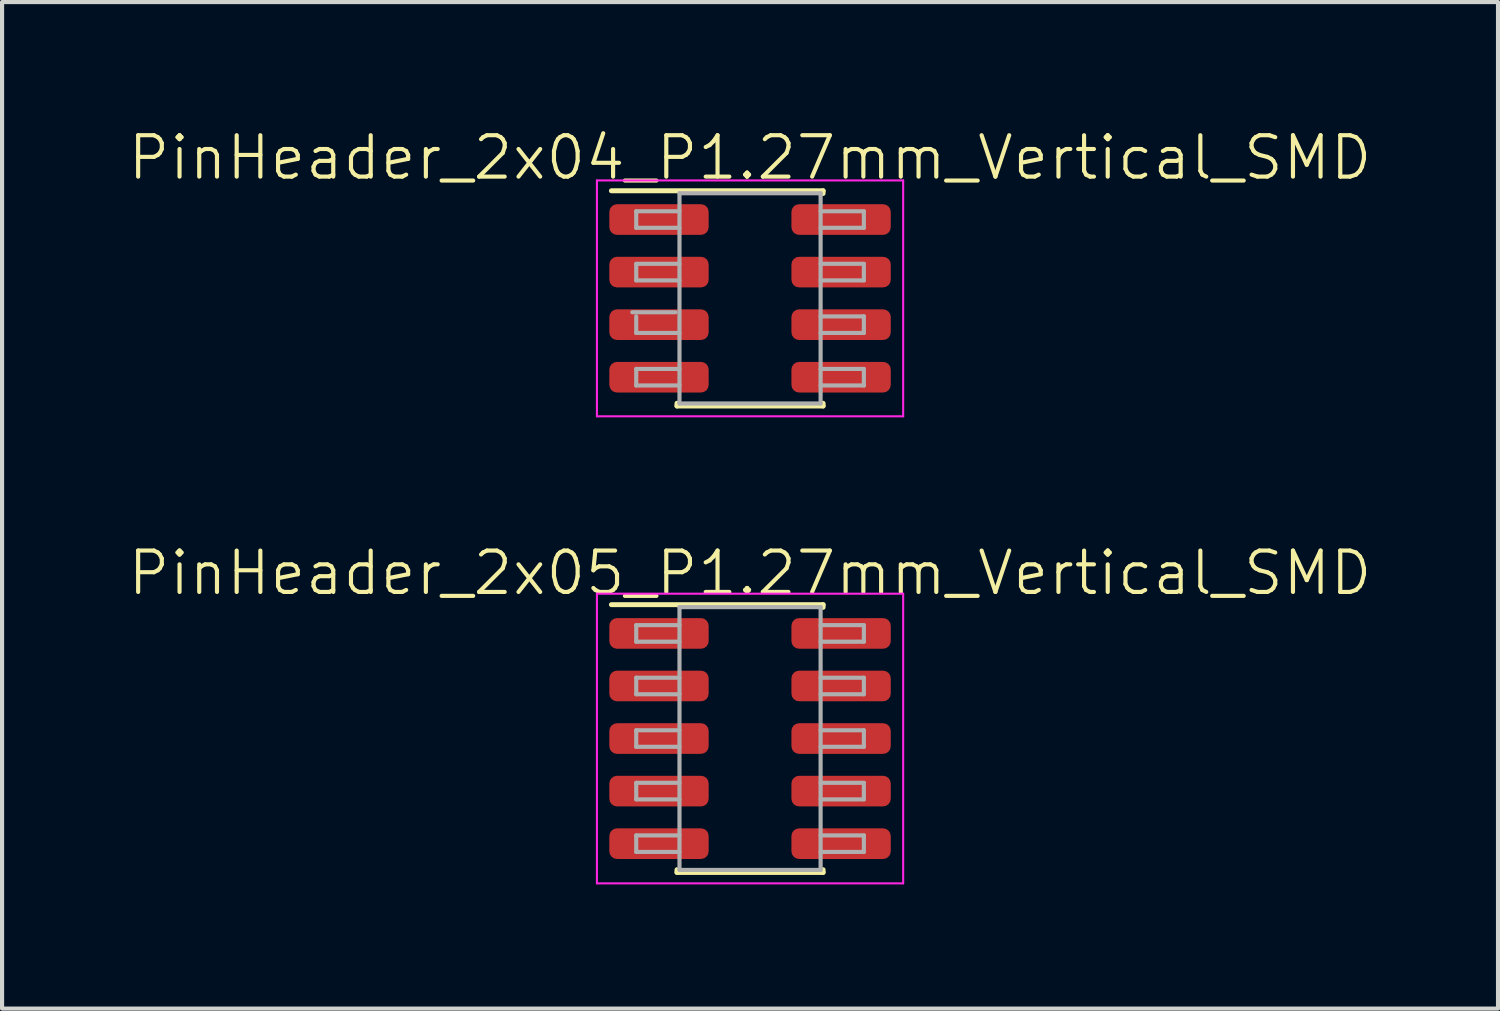
<source format=kicad_pcb>
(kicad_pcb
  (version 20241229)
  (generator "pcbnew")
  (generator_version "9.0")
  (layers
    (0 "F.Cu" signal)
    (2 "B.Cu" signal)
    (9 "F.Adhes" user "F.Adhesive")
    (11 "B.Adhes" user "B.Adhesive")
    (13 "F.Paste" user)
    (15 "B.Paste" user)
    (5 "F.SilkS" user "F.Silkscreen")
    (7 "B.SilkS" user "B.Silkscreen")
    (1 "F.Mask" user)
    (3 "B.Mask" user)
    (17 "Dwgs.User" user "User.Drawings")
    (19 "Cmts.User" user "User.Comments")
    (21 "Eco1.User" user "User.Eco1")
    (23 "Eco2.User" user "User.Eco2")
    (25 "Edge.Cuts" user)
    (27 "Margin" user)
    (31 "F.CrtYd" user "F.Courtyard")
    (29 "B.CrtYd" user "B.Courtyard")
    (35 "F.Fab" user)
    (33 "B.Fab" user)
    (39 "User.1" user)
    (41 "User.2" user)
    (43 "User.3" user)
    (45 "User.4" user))
  (footprint "PinHeader_2x05_P1.27mm_Vertical_SMD"
    (layer "F.Cu")
    (at 15.074 14.796)
    (property "Reference" "PinHeader_2x05_P1.27mm_Vertical_SMD" (at 0 -4 0) (layer "F.SilkS") (effects (font (size 1 1) (thickness 0.1))))
    (attr smd)
    (fp_line (start -3.35 -3.235) (end 1.765 -3.235) (stroke (width 0.12) (type solid)) (layer "F.SilkS"))
    (fp_line (start -1.765 3.17) (end -1.765 3.235) (stroke (width 0.12) (type solid)) (layer "F.SilkS"))
    (fp_line (start -1.765 3.235) (end 1.765 3.235) (stroke (width 0.12) (type solid)) (layer "F.SilkS"))
    (fp_line (start 1.765 -3.235) (end 1.765 -3.17) (stroke (width 0.12) (type solid)) (layer "F.SilkS"))
    (fp_line (start 1.765 3.17) (end 1.765 3.235) (stroke (width 0.12) (type solid)) (layer "F.SilkS"))
    (fp_line (start -3.7 -3.5) (end -3.7 3.5) (stroke (width 0.05) (type solid)) (layer "F.CrtYd"))
    (fp_line (start -3.7 3.5) (end 3.7 3.5) (stroke (width 0.05) (type solid)) (layer "F.CrtYd"))
    (fp_line (start 3.7 -3.5) (end -3.7 -3.5) (stroke (width 0.05) (type solid)) (layer "F.CrtYd"))
    (fp_line (start 3.7 3.5) (end 3.7 -3.5) (stroke (width 0.05) (type solid)) (layer "F.CrtYd"))
    (fp_line (start -2.75 -2.74) (end -2.75 -2.34) (stroke (width 0.1) (type solid)) (layer "F.Fab"))
    (fp_line (start -2.75 -2.34) (end -1.705 -2.34) (stroke (width 0.1) (type solid)) (layer "F.Fab"))
    (fp_line (start -2.75 -1.47) (end -2.75 -1.07) (stroke (width 0.1) (type solid)) (layer "F.Fab"))
    (fp_line (start -2.75 -1.07) (end -1.705 -1.07) (stroke (width 0.1) (type solid)) (layer "F.Fab"))
    (fp_line (start -2.75 -0.2) (end -2.75 0.2) (stroke (width 0.1) (type solid)) (layer "F.Fab"))
    (fp_line (start -2.75 0.2) (end -1.705 0.2) (stroke (width 0.1) (type solid)) (layer "F.Fab"))
    (fp_line (start -2.75 1.07) (end -2.75 1.47) (stroke (width 0.1) (type solid)) (layer "F.Fab"))
    (fp_line (start -2.75 1.47) (end -1.705 1.47) (stroke (width 0.1) (type solid)) (layer "F.Fab"))
    (fp_line (start -2.75 2.34) (end -2.75 2.74) (stroke (width 0.1) (type solid)) (layer "F.Fab"))
    (fp_line (start -2.75 2.74) (end -1.705 2.74) (stroke (width 0.1) (type solid)) (layer "F.Fab"))
    (fp_line (start -1.705 -3.175) (end 1.705 -3.175) (stroke (width 0.1) (type solid)) (layer "F.Fab"))
    (fp_line (start -1.705 -2.74) (end -2.75 -2.74) (stroke (width 0.1) (type solid)) (layer "F.Fab"))
    (fp_line (start -1.705 -1.47) (end -2.75 -1.47) (stroke (width 0.1) (type solid)) (layer "F.Fab"))
    (fp_line (start -1.705 -0.2) (end -2.75 -0.2) (stroke (width 0.1) (type solid)) (layer "F.Fab"))
    (fp_line (start -1.705 1.07) (end -2.75 1.07) (stroke (width 0.1) (type solid)) (layer "F.Fab"))
    (fp_line (start -1.705 2.34) (end -2.75 2.34) (stroke (width 0.1) (type solid)) (layer "F.Fab"))
    (fp_line (start -1.705 3.175) (end -1.705 -3.175) (stroke (width 0.1) (type solid)) (layer "F.Fab"))
    (fp_line (start 1.705 -3.175) (end 1.705 3.175) (stroke (width 0.1) (type solid)) (layer "F.Fab"))
    (fp_line (start 1.705 -2.74) (end 2.75 -2.74) (stroke (width 0.1) (type solid)) (layer "F.Fab"))
    (fp_line (start 1.705 -1.47) (end 2.75 -1.47) (stroke (width 0.1) (type solid)) (layer "F.Fab"))
    (fp_line (start 1.705 -0.2) (end 2.75 -0.2) (stroke (width 0.1) (type solid)) (layer "F.Fab"))
    (fp_line (start 1.705 1.07) (end 2.75 1.07) (stroke (width 0.1) (type solid)) (layer "F.Fab"))
    (fp_line (start 1.705 2.34) (end 2.75 2.34) (stroke (width 0.1) (type solid)) (layer "F.Fab"))
    (fp_line (start 1.705 3.175) (end -1.705 3.175) (stroke (width 0.1) (type solid)) (layer "F.Fab"))
    (fp_line (start 2.75 -2.74) (end 2.75 -2.34) (stroke (width 0.1) (type solid)) (layer "F.Fab"))
    (fp_line (start 2.75 -2.34) (end 1.705 -2.34) (stroke (width 0.1) (type solid)) (layer "F.Fab"))
    (fp_line (start 2.75 -1.47) (end 2.75 -1.07) (stroke (width 0.1) (type solid)) (layer "F.Fab"))
    (fp_line (start 2.75 -1.07) (end 1.705 -1.07) (stroke (width 0.1) (type solid)) (layer "F.Fab"))
    (fp_line (start 2.75 -0.2) (end 2.75 0.2) (stroke (width 0.1) (type solid)) (layer "F.Fab"))
    (fp_line (start 2.75 0.2) (end 1.705 0.2) (stroke (width 0.1) (type solid)) (layer "F.Fab"))
    (fp_line (start 2.75 1.07) (end 2.75 1.47) (stroke (width 0.1) (type solid)) (layer "F.Fab"))
    (fp_line (start 2.75 1.47) (end 1.705 1.47) (stroke (width 0.1) (type solid)) (layer "F.Fab"))
    (fp_line (start 2.75 2.34) (end 2.75 2.74) (stroke (width 0.1) (type solid)) (layer "F.Fab"))
    (fp_line (start 2.75 2.74) (end 1.705 2.74) (stroke (width 0.1) (type solid)) (layer "F.Fab"))
    (pad "1" smd roundrect (at -2.2 -2.54) (size 2.4 0.74) (layers "F.Cu" "F.Mask" "F.Paste") (roundrect_rratio 0.25))
    (pad "2" smd roundrect (at 2.2 -2.54) (size 2.4 0.74) (layers "F.Cu" "F.Mask" "F.Paste") (roundrect_rratio 0.25))
    (pad "3" smd roundrect (at -2.2 -1.27) (size 2.4 0.74) (layers "F.Cu" "F.Mask" "F.Paste") (roundrect_rratio 0.25))
    (pad "4" smd roundrect (at 2.2 -1.27) (size 2.4 0.74) (layers "F.Cu" "F.Mask" "F.Paste") (roundrect_rratio 0.25))
    (pad "5" smd roundrect (at -2.2 0) (size 2.4 0.74) (layers "F.Cu" "F.Mask" "F.Paste") (roundrect_rratio 0.25))
    (pad "6" smd roundrect (at 2.2 0) (size 2.4 0.74) (layers "F.Cu" "F.Mask" "F.Paste") (roundrect_rratio 0.25))
    (pad "7" smd roundrect (at -2.2 1.27) (size 2.4 0.74) (layers "F.Cu" "F.Mask" "F.Paste") (roundrect_rratio 0.25))
    (pad "8" smd roundrect (at 2.2 1.27) (size 2.4 0.74) (layers "F.Cu" "F.Mask" "F.Paste") (roundrect_rratio 0.25))
    (pad "9" smd roundrect (at -2.2 2.54) (size 2.4 0.74) (layers "F.Cu" "F.Mask" "F.Paste") (roundrect_rratio 0.25))
    (pad "10" smd roundrect (at 2.2 2.54) (size 2.4 0.74) (layers "F.Cu" "F.Mask" "F.Paste") (roundrect_rratio 0.25)))
  (footprint "PinHeader_2x04_P1.27mm_Vertical_SMD"
    (layer "F.Cu")
    (at 15.074 4.16)
    (property "Reference" "PinHeader_2x04_P1.27mm_Vertical_SMD" (at 0 -3.4 0) (layer "F.SilkS") (effects (font (size 1 1) (thickness 0.1))))
    (attr smd)
    (fp_line (start -3.35 -2.6) (end 1.765 -2.6) (stroke (width 0.12) (type solid)) (layer "F.SilkS"))
    (fp_line (start -1.765 2.535) (end -1.765 2.6) (stroke (width 0.12) (type solid)) (layer "F.SilkS"))
    (fp_line (start -1.765 2.6) (end 1.765 2.6) (stroke (width 0.12) (type solid)) (layer "F.SilkS"))
    (fp_line (start 1.765 -2.6) (end 1.765 -2.535) (stroke (width 0.12) (type solid)) (layer "F.SilkS"))
    (fp_line (start 1.765 2.535) (end 1.765 2.6) (stroke (width 0.12) (type solid)) (layer "F.SilkS"))
    (fp_line (start -3.7 -2.85) (end -3.7 2.85) (stroke (width 0.05) (type solid)) (layer "F.CrtYd"))
    (fp_line (start -3.7 2.85) (end 3.7 2.85) (stroke (width 0.05) (type solid)) (layer "F.CrtYd"))
    (fp_line (start 3.7 -2.85) (end -3.7 -2.85) (stroke (width 0.05) (type solid)) (layer "F.CrtYd"))
    (fp_line (start 3.7 2.85) (end 3.7 -2.85) (stroke (width 0.05) (type solid)) (layer "F.CrtYd"))
    (fp_line (start -2.75 -2.105) (end -2.75 -1.705) (stroke (width 0.1) (type solid)) (layer "F.Fab"))
    (fp_line (start -2.75 -1.705) (end -1.705 -1.705) (stroke (width 0.1) (type solid)) (layer "F.Fab"))
    (fp_line (start -2.75 -0.835) (end -2.75 -0.435) (stroke (width 0.1) (type solid)) (layer "F.Fab"))
    (fp_line (start -2.75 -0.435) (end -1.705 -0.435) (stroke (width 0.1) (type solid)) (layer "F.Fab"))
    (fp_line (start -2.75 0.435) (end -2.75 0.835) (stroke (width 0.1) (type solid)) (layer "F.Fab"))
    (fp_line (start -2.75 0.835) (end -1.705 0.835) (stroke (width 0.1) (type solid)) (layer "F.Fab"))
    (fp_line (start -2.75 1.705) (end -2.75 2.105) (stroke (width 0.1) (type solid)) (layer "F.Fab"))
    (fp_line (start -2.75 2.105) (end -1.705 2.105) (stroke (width 0.1) (type solid)) (layer "F.Fab"))
    (fp_line (start -1.8 0.335) (end -2.845 0.335) (stroke (width 0.1) (type solid)) (layer "F.Fab"))
    (fp_line (start -1.705 -2.54) (end 1.705 -2.54) (stroke (width 0.1) (type solid)) (layer "F.Fab"))
    (fp_line (start -1.705 -2.105) (end -2.75 -2.105) (stroke (width 0.1) (type solid)) (layer "F.Fab"))
    (fp_line (start -1.705 -0.835) (end -2.75 -0.835) (stroke (width 0.1) (type solid)) (layer "F.Fab"))
    (fp_line (start -1.705 1.705) (end -2.75 1.705) (stroke (width 0.1) (type solid)) (layer "F.Fab"))
    (fp_line (start -1.705 2.54) (end -1.705 -2.54) (stroke (width 0.1) (type solid)) (layer "F.Fab"))
    (fp_line (start 1.705 -2.54) (end 1.705 2.54) (stroke (width 0.1) (type solid)) (layer "F.Fab"))
    (fp_line (start 1.705 -2.105) (end 2.75 -2.105) (stroke (width 0.1) (type solid)) (layer "F.Fab"))
    (fp_line (start 1.705 -0.835) (end 2.75 -0.835) (stroke (width 0.1) (type solid)) (layer "F.Fab"))
    (fp_line (start 1.705 0.435) (end 2.75 0.435) (stroke (width 0.1) (type solid)) (layer "F.Fab"))
    (fp_line (start 1.705 1.705) (end 2.75 1.705) (stroke (width 0.1) (type solid)) (layer "F.Fab"))
    (fp_line (start 1.705 2.54) (end -1.705 2.54) (stroke (width 0.1) (type solid)) (layer "F.Fab"))
    (fp_line (start 2.75 -2.105) (end 2.75 -1.705) (stroke (width 0.1) (type solid)) (layer "F.Fab"))
    (fp_line (start 2.75 -1.705) (end 1.705 -1.705) (stroke (width 0.1) (type solid)) (layer "F.Fab"))
    (fp_line (start 2.75 -0.835) (end 2.75 -0.435) (stroke (width 0.1) (type solid)) (layer "F.Fab"))
    (fp_line (start 2.75 -0.435) (end 1.705 -0.435) (stroke (width 0.1) (type solid)) (layer "F.Fab"))
    (fp_line (start 2.75 0.435) (end 2.75 0.835) (stroke (width 0.1) (type solid)) (layer "F.Fab"))
    (fp_line (start 2.75 0.835) (end 1.705 0.835) (stroke (width 0.1) (type solid)) (layer "F.Fab"))
    (fp_line (start 2.75 1.705) (end 2.75 2.105) (stroke (width 0.1) (type solid)) (layer "F.Fab"))
    (fp_line (start 2.75 2.105) (end 1.705 2.105) (stroke (width 0.1) (type solid)) (layer "F.Fab"))
    (pad "1" smd roundrect (at -2.2 -1.905) (size 2.4 0.74) (layers "F.Cu" "F.Mask" "F.Paste") (roundrect_rratio 0.25))
    (pad "2" smd roundrect (at 2.2 -1.905) (size 2.4 0.74) (layers "F.Cu" "F.Mask" "F.Paste") (roundrect_rratio 0.25))
    (pad "3" smd roundrect (at -2.2 -0.635) (size 2.4 0.74) (layers "F.Cu" "F.Mask" "F.Paste") (roundrect_rratio 0.25))
    (pad "4" smd roundrect (at 2.2 -0.635) (size 2.4 0.74) (layers "F.Cu" "F.Mask" "F.Paste") (roundrect_rratio 0.25))
    (pad "5" smd roundrect (at -2.2 0.635) (size 2.4 0.74) (layers "F.Cu" "F.Mask" "F.Paste") (roundrect_rratio 0.25))
    (pad "6" smd roundrect (at 2.2 0.635) (size 2.4 0.74) (layers "F.Cu" "F.Mask" "F.Paste") (roundrect_rratio 0.25))
    (pad "7" smd roundrect (at -2.2 1.905) (size 2.4 0.74) (layers "F.Cu" "F.Mask" "F.Paste") (roundrect_rratio 0.25))
    (pad "8" smd roundrect (at 2.2 1.905) (size 2.4 0.74) (layers "F.Cu" "F.Mask" "F.Paste") (roundrect_rratio 0.25)))
  (gr_rect
    (start -3 -3)
    (end 33.148 21.321)
    (stroke (width 0.1) (type default))
    (fill no)
    (layer "Edge.Cuts")))
</source>
